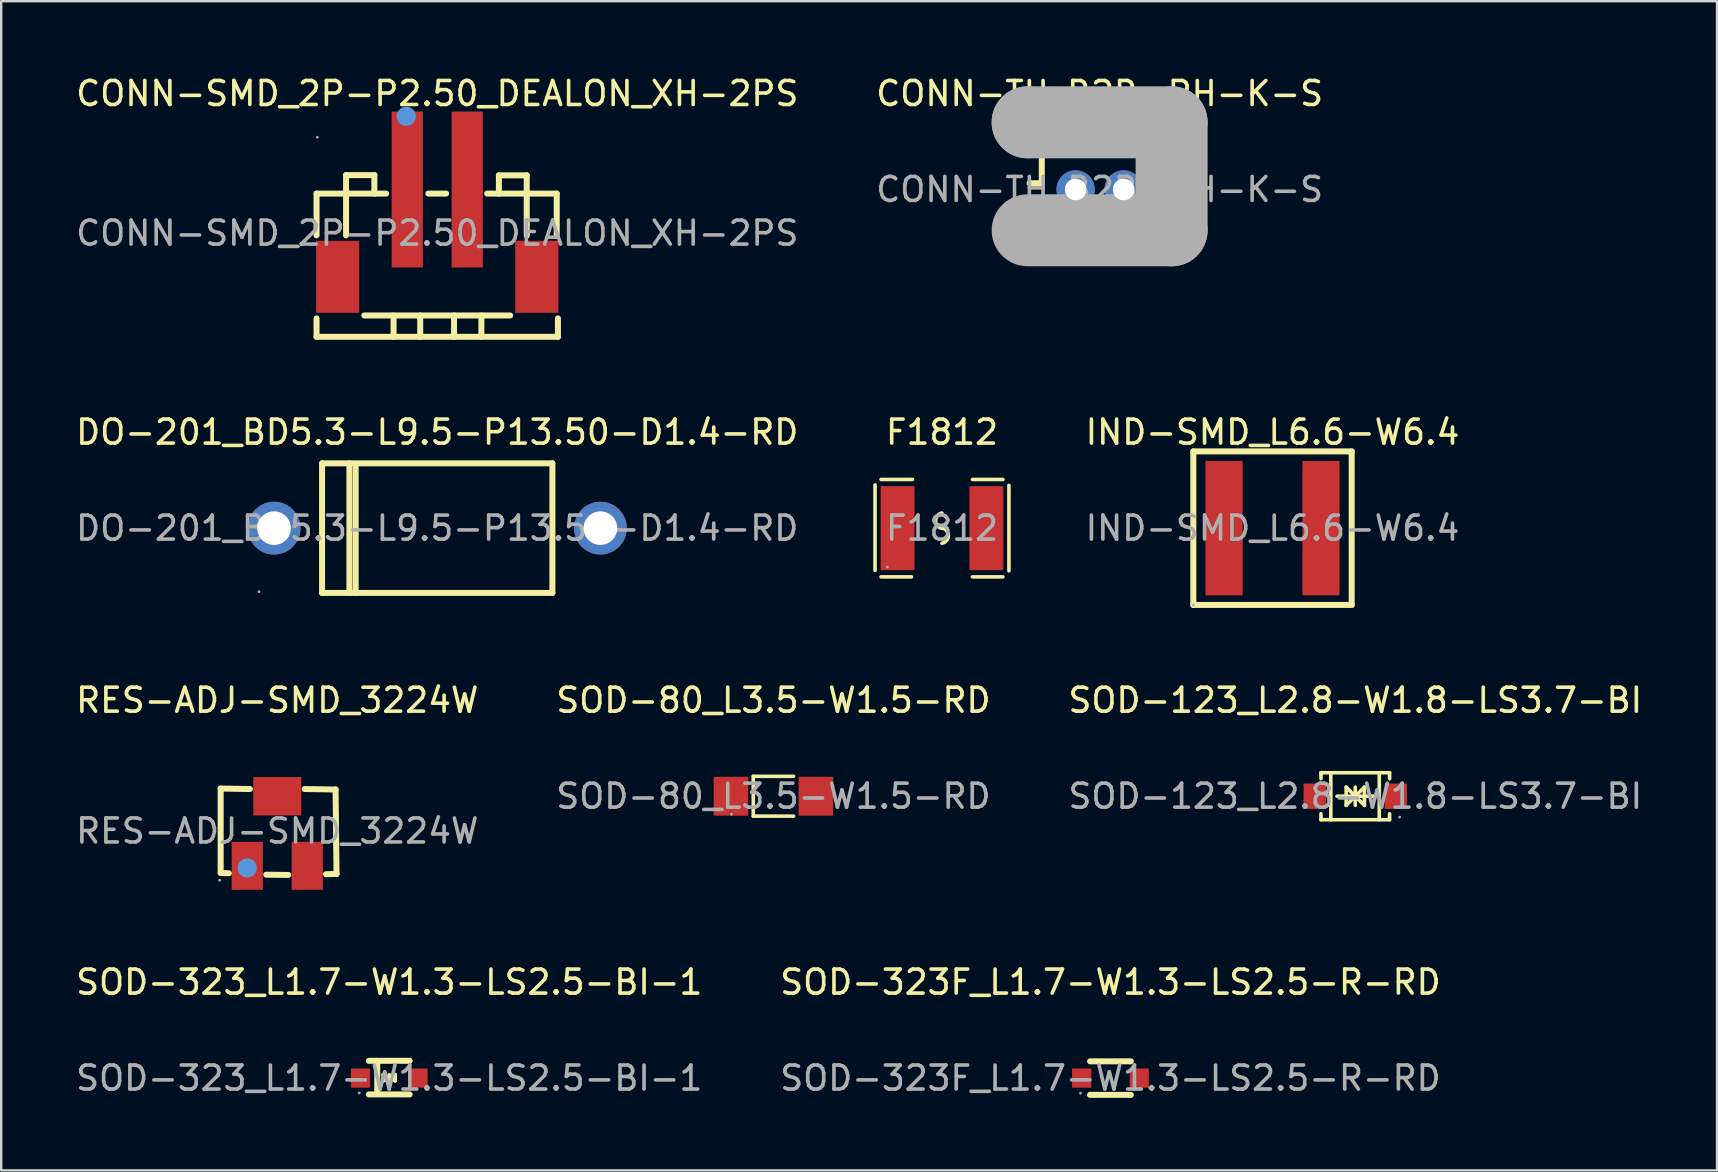
<source format=kicad_pcb>
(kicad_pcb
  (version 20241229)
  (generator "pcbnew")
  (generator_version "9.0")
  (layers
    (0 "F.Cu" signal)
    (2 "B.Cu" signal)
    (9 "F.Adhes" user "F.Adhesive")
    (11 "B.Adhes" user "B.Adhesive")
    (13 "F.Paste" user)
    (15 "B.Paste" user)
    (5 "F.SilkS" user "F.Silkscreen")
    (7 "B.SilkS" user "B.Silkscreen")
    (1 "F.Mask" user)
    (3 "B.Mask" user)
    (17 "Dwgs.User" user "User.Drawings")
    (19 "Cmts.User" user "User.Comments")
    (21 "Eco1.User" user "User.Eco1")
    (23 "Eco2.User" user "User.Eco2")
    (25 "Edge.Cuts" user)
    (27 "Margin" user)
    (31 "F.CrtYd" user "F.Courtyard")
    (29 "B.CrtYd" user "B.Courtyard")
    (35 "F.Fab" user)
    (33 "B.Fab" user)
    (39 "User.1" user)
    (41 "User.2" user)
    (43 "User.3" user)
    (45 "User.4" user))
  (footprint "SOD-123_L2.8-W1.8-LS3.7-BI"
    (layer "F.Cu")
    (at 53.435 30.135)
    (property "Reference" "SOD-123_L2.8-W1.8-LS3.7-BI" (at 0 -4 0) (layer "F.SilkS") (effects (font (size 1 1) (thickness 0.15))))
    (attr smd)
    (fp_line (start -1.43 -0.98) (end -1.43 -0.73) (stroke (width 0.15) (type solid)) (layer "F.SilkS"))
    (fp_line (start -1.43 -0.98) (end 1.43 -0.98) (stroke (width 0.15) (type solid)) (layer "F.SilkS"))
    (fp_line (start -1.43 0.98) (end -1.43 0.73) (stroke (width 0.15) (type solid)) (layer "F.SilkS"))
    (fp_line (start -1.43 0.98) (end 1.43 0.98) (stroke (width 0.15) (type solid)) (layer "F.SilkS"))
    (fp_line (start -1.02 -0.98) (end -1.02 0.98) (stroke (width 0.15) (type solid)) (layer "F.SilkS"))
    (fp_line (start -0.76 0) (end 0.76 0) (stroke (width 0.15) (type solid)) (layer "F.SilkS"))
    (fp_line (start -0.38 -0.38) (end 0 0) (stroke (width 0.15) (type solid)) (layer "F.SilkS"))
    (fp_line (start -0.38 0.38) (end -0.38 -0.38) (stroke (width 0.15) (type solid)) (layer "F.SilkS"))
    (fp_line (start 0 -0.38) (end 0 0.38) (stroke (width 0.15) (type solid)) (layer "F.SilkS"))
    (fp_line (start 0 0) (end -0.38 0.38) (stroke (width 0.15) (type solid)) (layer "F.SilkS"))
    (fp_line (start 0 0) (end 0.38 -0.38) (stroke (width 0.15) (type solid)) (layer "F.SilkS"))
    (fp_line (start 0.38 -0.38) (end 0.38 0.38) (stroke (width 0.15) (type solid)) (layer "F.SilkS"))
    (fp_line (start 0.38 0.38) (end 0 0) (stroke (width 0.15) (type solid)) (layer "F.SilkS"))
    (fp_line (start 1 -0.98) (end 1 0.98) (stroke (width 0.15) (type solid)) (layer "F.SilkS"))
    (fp_line (start 1.43 -0.98) (end 1.43 -0.73) (stroke (width 0.15) (type solid)) (layer "F.SilkS"))
    (fp_line (start 1.43 0.98) (end 1.43 0.73) (stroke (width 0.15) (type solid)) (layer "F.SilkS"))
    (fp_circle (center 1.85 0.87) (end 1.88 0.87) (stroke (width 0.06) (type solid)) (fill no) (layer "F.Fab"))
    (fp_text user "${REFERENCE}" (at 0 0 0) (layer "F.Fab") (effects (font (size 1 1) (thickness 0.15))))
    (pad "1" smd rect (at 1.69 0 180) (size 0.93 1.06) (layers "F.Cu" "F.Mask" "F.Paste"))
    (pad "2" smd rect (at -1.69 0 180) (size 0.93 1.06) (layers "F.Cu" "F.Mask" "F.Paste")))
  (footprint "CONN-TH_B2B-PH-K-S"
    (layer "F.Cu")
    (at 42.78 4.848)
    (property "Reference" "CONN-TH_B2B-PH-K-S" (at 0 -4 0) (layer "F.SilkS") (effects (font (size 1 1) (thickness 0.15))))
    (attr through_hole)
    (fp_line (start -2.92 -0.26) (end -2.41 -0.26) (stroke (width 0.25) (type solid)) (layer "F.SilkS"))
    (fp_line (start -2.92 0.38) (end -2.41 0.38) (stroke (width 0.25) (type solid)) (layer "F.SilkS"))
    (fp_line (start -2.41 -2.16) (end 2.54 -2.16) (stroke (width 0.25) (type solid)) (layer "F.SilkS"))
    (fp_line (start -2.41 -0.26) (end -2.41 -2.16) (stroke (width 0.25) (type solid)) (layer "F.SilkS"))
    (fp_line (start -2.41 0.38) (end -2.41 1.14) (stroke (width 0.25) (type solid)) (layer "F.SilkS"))
    (fp_line (start -2.41 1.14) (end -0.25 1.14) (stroke (width 0.25) (type solid)) (layer "F.SilkS"))
    (fp_line (start -0.25 1.14) (end -0.25 1.65) (stroke (width 0.25) (type solid)) (layer "F.SilkS"))
    (fp_line (start 0.34 1.14) (end 0.34 1.65) (stroke (width 0.25) (type solid)) (layer "F.SilkS"))
    (fp_line (start 2.5 0.38) (end 2.5 1.14) (stroke (width 0.25) (type solid)) (layer "F.SilkS"))
    (fp_line (start 2.5 1.14) (end 0.34 1.14) (stroke (width 0.25) (type solid)) (layer "F.SilkS"))
    (fp_line (start 2.54 -2.16) (end 2.54 -0.26) (stroke (width 0.25) (type solid)) (layer "F.SilkS"))
    (fp_line (start 2.54 -0.26) (end 2.93 -0.26) (stroke (width 0.25) (type solid)) (layer "F.SilkS"))
    (fp_line (start 3.01 0.38) (end 2.5 0.38) (stroke (width 0.25) (type solid)) (layer "F.SilkS"))
    (fp_line (start -3 -2.8) (end -3 -2.8) (stroke (width 3) (type solid)) (layer "F.Fab"))
    (fp_line (start -3 -2.8) (end 3 -2.8) (stroke (width 3) (type solid)) (layer "F.Fab"))
    (fp_line (start 3 -2.8) (end 3 1.7) (stroke (width 3) (type solid)) (layer "F.Fab"))
    (fp_line (start 3 1.7) (end -3 1.7) (stroke (width 3) (type solid)) (layer "F.Fab"))
    (fp_circle (center 2.95 -2.8) (end 2.98 -2.8) (stroke (width 0.06) (type solid)) (fill no) (layer "F.Fab"))
    (fp_text user "${REFERENCE}" (at 0 0 0) (layer "F.Fab") (effects (font (size 1 1) (thickness 0.15))))
    (pad "1" thru_hole circle (at 1 0 180) (size 1.6 1.6) (drill 0.9) (layers "*.Cu" "*.Mask"))
    (pad "2" thru_hole circle (at -1 0 180) (size 1.6 1.6) (drill 0.9) (layers "*.Cu" "*.Mask")))
  (footprint "CONN-SMD_2P-P2.50_DEALON_XH-2PS"
    (layer "F.Cu")
    (at 15.173 6.668)
    (property "Reference" "CONN-SMD_2P-P2.50_DEALON_XH-2PS" (at 0 -5.82 0) (layer "F.SilkS") (effects (font (size 1 1) (thickness 0.15))))
    (attr smd)
    (fp_line (start -5.03 -1.65) (end -2.13 -1.65) (stroke (width 0.25) (type solid)) (layer "F.SilkS"))
    (fp_line (start -5.03 0.09) (end -5.03 -1.65) (stroke (width 0.25) (type solid)) (layer "F.SilkS"))
    (fp_line (start -5.03 4.32) (end -5.03 3.55) (stroke (width 0.25) (type solid)) (layer "F.SilkS"))
    (fp_line (start -3.8 -2.42) (end -2.62 -2.42) (stroke (width 0.25) (type solid)) (layer "F.SilkS"))
    (fp_line (start -3.8 -1.65) (end -3.8 -2.42) (stroke (width 0.25) (type solid)) (layer "F.SilkS"))
    (fp_line (start -3.8 -1.65) (end -3.8 0.09) (stroke (width 0.25) (type solid)) (layer "F.SilkS"))
    (fp_line (start -3.04 3.43) (end 3.04 3.43) (stroke (width 0.25) (type solid)) (layer "F.SilkS"))
    (fp_line (start -2.62 -2.42) (end -2.62 -1.65) (stroke (width 0.25) (type solid)) (layer "F.SilkS"))
    (fp_line (start -1.82 3.43) (end -1.82 4.32) (stroke (width 0.25) (type solid)) (layer "F.SilkS"))
    (fp_line (start -0.71 3.43) (end -0.71 4.32) (stroke (width 0.25) (type solid)) (layer "F.SilkS"))
    (fp_line (start -0.37 -1.65) (end 0.37 -1.65) (stroke (width 0.25) (type solid)) (layer "F.SilkS"))
    (fp_line (start 0.7 3.43) (end 0.7 4.32) (stroke (width 0.25) (type solid)) (layer "F.SilkS"))
    (fp_line (start 1.84 3.43) (end 1.84 4.32) (stroke (width 0.25) (type solid)) (layer "F.SilkS"))
    (fp_line (start 2.08 -1.65) (end 4.98 -1.65) (stroke (width 0.25) (type solid)) (layer "F.SilkS"))
    (fp_line (start 2.57 -2.41) (end 2.57 -1.65) (stroke (width 0.25) (type solid)) (layer "F.SilkS"))
    (fp_line (start 3.73 -2.41) (end 2.57 -2.41) (stroke (width 0.25) (type solid)) (layer "F.SilkS"))
    (fp_line (start 3.73 -1.65) (end 3.73 -2.41) (stroke (width 0.25) (type solid)) (layer "F.SilkS"))
    (fp_line (start 3.73 -1.65) (end 3.73 0.1) (stroke (width 0.25) (type solid)) (layer "F.SilkS"))
    (fp_line (start 4.98 -1.65) (end 4.98 0.1) (stroke (width 0.25) (type solid)) (layer "F.SilkS"))
    (fp_line (start 5.03 4.32) (end -5.03 4.32) (stroke (width 0.25) (type solid)) (layer "F.SilkS"))
    (fp_line (start 5.03 4.32) (end 5.03 3.55) (stroke (width 0.25) (type solid)) (layer "F.SilkS"))
    (fp_circle (center -1.29 -4.87) (end -1.09 -4.87) (stroke (width 0.4) (type solid)) (fill no) (layer "Cmts.User"))
    (fp_circle (center -5 -4) (end -4.97 -4) (stroke (width 0.06) (type solid)) (fill no) (layer "F.Fab"))
    (fp_text user "${REFERENCE}" (at 0 0 0) (layer "F.Fab") (effects (font (size 1 1) (thickness 0.15))))
    (pad "1" smd rect (at -1.25 -1.82) (size 1.3 6.5) (layers "F.Cu" "F.Mask" "F.Paste"))
    (pad "2" smd rect (at 1.25 -1.82) (size 1.3 6.5) (layers "F.Cu" "F.Mask" "F.Paste"))
    (pad "3" smd rect (at 4.15 1.82) (size 1.8 3) (layers "F.Cu" "F.Mask" "F.Paste"))
    (pad "4" smd rect (at -4.15 1.82) (size 1.8 3) (layers "F.Cu" "F.Mask" "F.Paste")))
  (footprint "SOD-80_L3.5-W1.5-RD"
    (layer "F.Cu")
    (at 29.185 30.135)
    (property "Reference" "SOD-80_L3.5-W1.5-RD" (at 0 -4 0) (layer "F.SilkS") (effects (font (size 1 1) (thickness 0.15))))
    (attr smd)
    (fp_line (start -0.84 -0.83) (end -0.84 0.83) (stroke (width 0.15) (type solid)) (layer "F.SilkS"))
    (fp_line (start -0.84 -0.83) (end 0.84 -0.83) (stroke (width 0.15) (type solid)) (layer "F.SilkS"))
    (fp_line (start -0.84 0.83) (end 0.84 0.83) (stroke (width 0.15) (type solid)) (layer "F.SilkS"))
    (fp_circle (center -1.75 0.75) (end -1.72 0.75) (stroke (width 0.06) (type solid)) (fill no) (layer "F.Fab"))
    (fp_text user "${REFERENCE}" (at 0 0 0) (layer "F.Fab") (effects (font (size 1 1) (thickness 0.15))))
    (pad "1" smd rect (at -1.77 0) (size 1.44 1.62) (layers "F.Cu" "F.Mask" "F.Paste"))
    (pad "2" smd rect (at 1.77 0) (size 1.44 1.62) (layers "F.Cu" "F.Mask" "F.Paste")))
  (footprint "F1812"
    (layer "F.Cu")
    (at 36.21 18.962)
    (property "Reference" "F1812" (at 0 -4 0) (layer "F.SilkS") (effects (font (size 1 1) (thickness 0.15))))
    (attr smd)
    (fp_line (start -2.79 -1.8) (end -2.79 1.76) (stroke (width 0.15) (type solid)) (layer "F.SilkS"))
    (fp_line (start -2.54 -2.03) (end -1.23 -2.03) (stroke (width 0.15) (type solid)) (layer "F.SilkS"))
    (fp_line (start -1.27 2.03) (end -2.54 2.03) (stroke (width 0.15) (type solid)) (layer "F.SilkS"))
    (fp_line (start 1.27 2.03) (end 2.54 2.03) (stroke (width 0.15) (type solid)) (layer "F.SilkS"))
    (fp_line (start 2.54 -2.03) (end 1.27 -2.03) (stroke (width 0.15) (type solid)) (layer "F.SilkS"))
    (fp_line (start 2.79 -1.78) (end 2.79 1.78) (stroke (width 0.15) (type solid)) (layer "F.SilkS"))
    (fp_arc (start -0.005366 -0.01096) (mid 0.265565 0.307274) (end 0 0.63) (stroke (width 0.15) (type solid)) (layer "F.SilkS"))
    (fp_arc (start 0.005366 0.01096) (mid -0.265565 -0.307274) (end 0 -0.63) (stroke (width 0.15) (type solid)) (layer "F.SilkS"))
    (fp_circle (center -2.28 1.62) (end -2.25 1.62) (stroke (width 0.06) (type solid)) (fill no) (layer "F.Fab"))
    (fp_text user "${REFERENCE}" (at 0 0 0) (layer "F.Fab") (effects (font (size 1 1) (thickness 0.15))))
    (pad "1" smd rect (at -1.85 0) (size 1.41 3.5) (layers "F.Cu" "F.Mask" "F.Paste"))
    (pad "2" smd rect (at 1.85 0) (size 1.41 3.5) (layers "F.Cu" "F.Mask" "F.Paste")))
  (footprint "DO-201_BD5.3-L9.5-P13.50-D1.4-RD"
    (layer "F.Cu")
    (at 15.173 18.962)
    (property "Reference" "DO-201_BD5.3-L9.5-P13.50-D1.4-RD" (at 0 -4 0) (layer "F.SilkS") (effects (font (size 1 1) (thickness 0.15))))
    (attr smd)
    (fp_line (start -4.8 -2.7) (end 4.8 -2.7) (stroke (width 0.25) (type solid)) (layer "F.SilkS"))
    (fp_line (start -4.8 2.7) (end -4.8 -2.7) (stroke (width 0.25) (type solid)) (layer "F.SilkS"))
    (fp_line (start -3.66 2.7) (end -3.66 -2.7) (stroke (width 0.25) (type solid)) (layer "F.SilkS"))
    (fp_line (start -3.4 2.7) (end -3.4 -2.54) (stroke (width 0.25) (type solid)) (layer "F.SilkS"))
    (fp_line (start 4.8 2.7) (end -4.8 2.7) (stroke (width 0.25) (type solid)) (layer "F.SilkS"))
    (fp_line (start 4.8 2.7) (end 4.8 -2.7) (stroke (width 0.25) (type solid)) (layer "F.SilkS"))
    (fp_circle (center -7.43 2.65) (end -7.4 2.65) (stroke (width 0.06) (type solid)) (fill no) (layer "F.Fab"))
    (fp_circle (center -6.8 0) (end -6.49 0) (stroke (width 0.62) (type solid)) (fill no) (layer "F.Fab"))
    (fp_circle (center 6.8 0) (end 7.11 0) (stroke (width 0.62) (type solid)) (fill no) (layer "F.Fab"))
    (fp_text user "${REFERENCE}" (at 0 0 0) (layer "F.Fab") (effects (font (size 1 1) (thickness 0.15))))
    (pad "1" thru_hole circle (at -6.8 0) (size 2.2 2.2) (drill 1.4) (layers "*.Cu" "*.Mask"))
    (pad "2" thru_hole circle (at 6.8 0) (size 2.2 2.2) (drill 1.4) (layers "*.Cu" "*.Mask")))
  (footprint "SOD-323_L1.7-W1.3-LS2.5-BI-1"
    (layer "F.Cu")
    (at 13.173 41.883)
    (property "Reference" "SOD-323_L1.7-W1.3-LS2.5-BI-1" (at 0 -4 0) (layer "F.SilkS") (effects (font (size 1 1) (thickness 0.15))))
    (attr smd)
    (fp_line (start -0.85 -0.72) (end 0.85 -0.72) (stroke (width 0.25) (type solid)) (layer "F.SilkS"))
    (fp_line (start -0.85 0.68) (end 0.85 0.68) (stroke (width 0.25) (type solid)) (layer "F.SilkS"))
    (fp_line (start -0.5 -0.72) (end -0.5 0.64) (stroke (width 0.25) (type solid)) (layer "F.SilkS"))
    (fp_line (start -0.25 -0.14) (end -0.25 -0.14) (stroke (width 0.15) (type solid)) (layer "F.SilkS"))
    (fp_line (start -0.25 -0.14) (end 0 -0.02) (stroke (width 0.15) (type solid)) (layer "F.SilkS"))
    (fp_line (start -0.25 0.11) (end -0.25 -0.14) (stroke (width 0.15) (type solid)) (layer "F.SilkS"))
    (fp_line (start -0.13 -0.02) (end 0 -0.02) (stroke (width 0.15) (type solid)) (layer "F.SilkS"))
    (fp_line (start 0 -0.14) (end 0 0.11) (stroke (width 0.15) (type solid)) (layer "F.SilkS"))
    (fp_line (start 0 -0.02) (end -0.25 0.11) (stroke (width 0.15) (type solid)) (layer "F.SilkS"))
    (fp_line (start 0 -0.02) (end 0.25 -0.14) (stroke (width 0.15) (type solid)) (layer "F.SilkS"))
    (fp_line (start 0.13 -0.02) (end 0 -0.02) (stroke (width 0.15) (type solid)) (layer "F.SilkS"))
    (fp_line (start 0.25 -0.14) (end 0.25 0.11) (stroke (width 0.15) (type solid)) (layer "F.SilkS"))
    (fp_line (start 0.25 0.11) (end 0 -0.01) (stroke (width 0.15) (type solid)) (layer "F.SilkS"))
    (fp_line (start 0.25 0.11) (end 0.25 0.11) (stroke (width 0.15) (type solid)) (layer "F.SilkS"))
    (fp_circle (center -1.25 0.62) (end -1.22 0.62) (stroke (width 0.06) (type solid)) (fill no) (layer "F.Fab"))
    (fp_text user "${REFERENCE}" (at 0 0 0) (layer "F.Fab") (effects (font (size 1 1) (thickness 0.15))))
    (pad "1" smd rect (at -1.2 0) (size 0.8 0.8) (layers "F.Cu" "F.Mask" "F.Paste"))
    (pad "2" smd rect (at 1.2 0) (size 0.8 0.8) (layers "F.Cu" "F.Mask" "F.Paste")))
  (footprint "SOD-323F_L1.7-W1.3-LS2.5-R-RD"
    (layer "F.Cu")
    (at 43.232 41.883)
    (property "Reference" "SOD-323F_L1.7-W1.3-LS2.5-R-RD" (at 0 -4 0) (layer "F.SilkS") (effects (font (size 1 1) (thickness 0.15))))
    (attr smd)
    (fp_line (start -0.85 -0.7) (end 0.85 -0.7) (stroke (width 0.25) (type solid)) (layer "F.SilkS"))
    (fp_line (start -0.85 0.7) (end 0.85 0.7) (stroke (width 0.25) (type solid)) (layer "F.SilkS"))
    (fp_circle (center -1.25 0.63) (end -1.22 0.63) (stroke (width 0.06) (type solid)) (fill no) (layer "F.Fab"))
    (fp_text user "${REFERENCE}" (at 0 0 0) (layer "F.Fab") (effects (font (size 1 1) (thickness 0.15))))
    (pad "1" smd rect (at -1.2 0) (size 0.8 0.8) (layers "F.Cu" "F.Mask" "F.Paste"))
    (pad "2" smd rect (at 1.2 0) (size 0.8 0.8) (layers "F.Cu" "F.Mask" "F.Paste")))
  (footprint "IND-SMD_L6.6-W6.4"
    (layer "F.Cu")
    (at 49.986 18.962)
    (property "Reference" "IND-SMD_L6.6-W6.4" (at 0 -4 0) (layer "F.SilkS") (effects (font (size 1 1) (thickness 0.15))))
    (attr through_hole)
    (fp_line (start -3.3 -3.2) (end 3.3 -3.2) (stroke (width 0.25) (type solid)) (layer "F.SilkS"))
    (fp_line (start -3.3 3.2) (end -3.3 -3.2) (stroke (width 0.25) (type solid)) (layer "F.SilkS"))
    (fp_line (start 3.3 -3.2) (end 3.3 3.2) (stroke (width 0.25) (type solid)) (layer "F.SilkS"))
    (fp_line (start 3.3 3.2) (end -3.3 3.2) (stroke (width 0.25) (type solid)) (layer "F.SilkS"))
    (fp_circle (center -3.3 3.2) (end -3.27 3.2) (stroke (width 0.06) (type solid)) (fill no) (layer "F.Fab"))
    (fp_text user "${REFERENCE}" (at 0 0 0) (layer "F.Fab") (effects (font (size 1 1) (thickness 0.15))))
    (pad "1" smd rect (at -2.02 0) (size 1.55 5.6) (layers "F.Cu" "F.Mask" "F.Paste"))
    (pad "2" smd rect (at 2.02 0) (size 1.55 5.6) (layers "F.Cu" "F.Mask" "F.Paste")))
  (footprint "RES-ADJ-SMD_3224W"
    (layer "F.Cu")
    (at 8.506 31.585)
    (property "Reference" "RES-ADJ-SMD_3224W" (at 0 -5.45 0) (layer "F.SilkS") (effects (font (size 1 1) (thickness 0.15))))
    (attr smd)
    (fp_line (start -2.36 -1.77) (end -2.36 1.75) (stroke (width 0.25) (type solid)) (layer "F.SilkS"))
    (fp_line (start -2.36 1.75) (end -2.02 1.76) (stroke (width 0.25) (type solid)) (layer "F.SilkS"))
    (fp_line (start -1.14 -1.75) (end -2.36 -1.77) (stroke (width 0.25) (type solid)) (layer "F.SilkS"))
    (fp_line (start -0.46 1.82) (end 0.46 1.83) (stroke (width 0.25) (type solid)) (layer "F.SilkS"))
    (fp_line (start 1.14 -1.75) (end 2.43 -1.73) (stroke (width 0.25) (type solid)) (layer "F.SilkS"))
    (fp_line (start 2.43 -1.73) (end 2.47 1.79) (stroke (width 0.25) (type solid)) (layer "F.SilkS"))
    (fp_line (start 2.47 1.79) (end 2.03 1.8) (stroke (width 0.25) (type solid)) (layer "F.SilkS"))
    (fp_circle (center -1.25 1.54) (end -1.05 1.54) (stroke (width 0.4) (type solid)) (fill no) (layer "Cmts.User"))
    (fp_circle (center -2.4 2.05) (end -2.37 2.05) (stroke (width 0.06) (type solid)) (fill no) (layer "F.Fab"))
    (fp_text user "${REFERENCE}" (at 0 0 0) (layer "F.Fab") (effects (font (size 1 1) (thickness 0.15))))
    (pad "1" smd rect (at -1.25 1.45 270) (size 2 1.3) (layers "F.Cu" "F.Mask" "F.Paste"))
    (pad "2" smd rect (at 0 -1.45 270) (size 1.6 2) (layers "F.Cu" "F.Mask" "F.Paste"))
    (pad "3" smd rect (at 1.25 1.45 270) (size 2 1.3) (layers "F.Cu" "F.Mask" "F.Paste")))
  (gr_rect
    (start -3 -3)
    (end 68.512 45.731)
    (stroke (width 0.1) (type default))
    (fill no)
    (layer "Edge.Cuts")))
</source>
